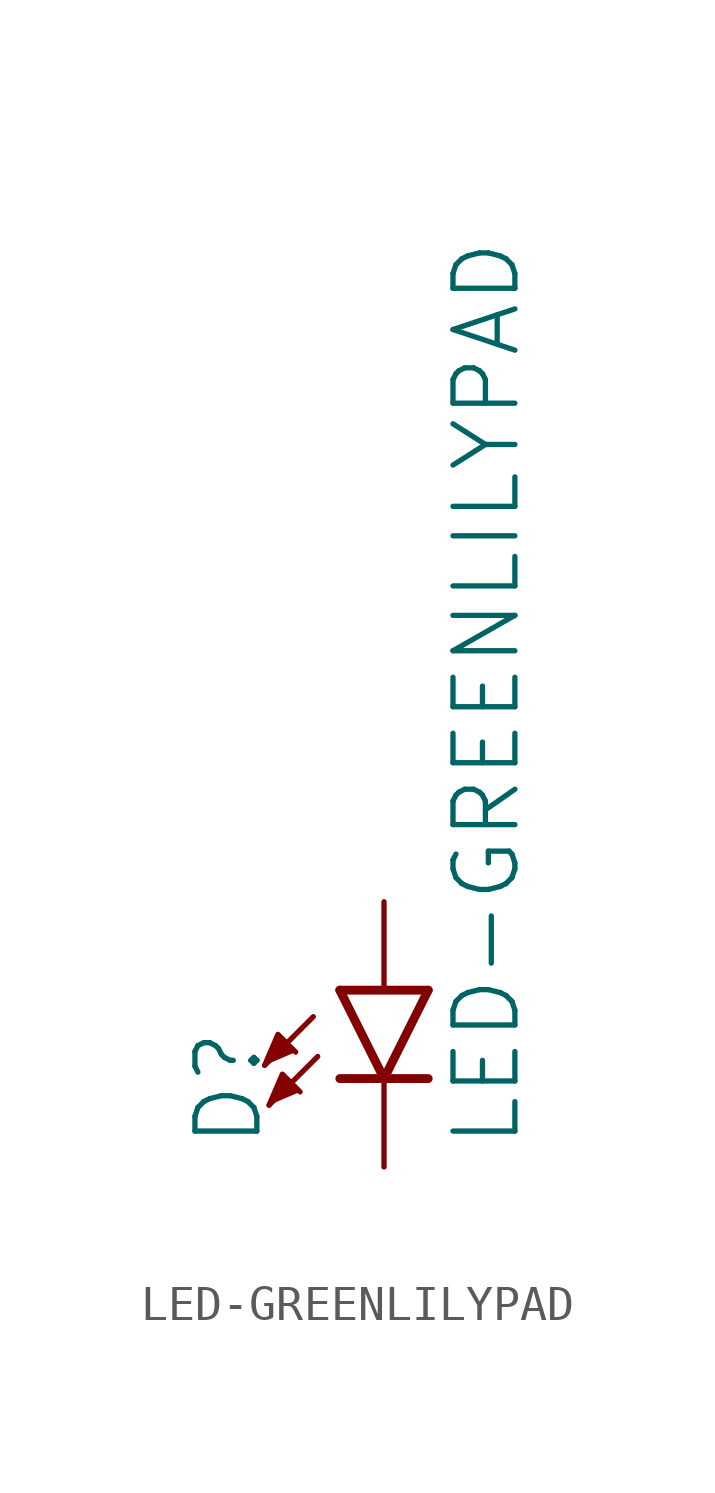
<source format=kicad_sym>
(kicad_symbol_lib
  (version 20220914)
  (generator kicad_symbol_editor)
  (symbol "LED-GREENLILYPAD"
    (property "Reference" "D"
      (at -3.429 -4.572 90)
      (effects (font (size 1.778 1.778)) (justify left bottom)))
    (property "Value" "LED-GREENLILYPAD"
      (at 1.905 -4.572 90)
      (effects (font (size 1.778 1.778)) (justify left top)))
    (property "ki_locked" ""
      (at 0 0 0)
      (effects (font (size 1.27 1.27))))
    (symbol "LED-GREENLILYPAD_1_0"
      (polyline (pts (xy -2.032 -0.762) (xy -3.429 -2.159)) (stroke (width 0.152) (type default)) (fill (type none)))
      (polyline (pts (xy -1.905 -1.905) (xy -3.302 -3.302)) (stroke (width 0.152) (type default)) (fill (type none)))
      (polyline (pts (xy 0 -2.54) (xy -1.27 -2.54)) (stroke (width 0.254) (type default)) (fill (type none)))
      (polyline (pts (xy 0 -2.54) (xy -1.27 0)) (stroke (width 0.254) (type default)) (fill (type none)))
      (polyline (pts (xy 1.27 -2.54) (xy 0 -2.54)) (stroke (width 0.254) (type default)) (fill (type none)))
      (polyline (pts (xy 1.27 0) (xy -1.27 0)) (stroke (width 0.254) (type default)) (fill (type none)))
      (polyline (pts (xy 1.27 0) (xy 0 -2.54)) (stroke (width 0.254) (type default)) (fill (type none)))
      (polyline (pts (xy -3.429 -2.159) (xy -3.048 -1.27) (xy -2.54 -1.778)) (stroke (width 0) (type default)) (fill (type outline)))
      (polyline (pts (xy -3.302 -3.302) (xy -2.921 -2.413) (xy -2.413 -2.921)) (stroke (width 0) (type default)) (fill (type outline)))
      (pin passive line (at 0 2.54 270) (length 2.54) (name "A" (effects (font (size 0 0)))) (number "A" (effects (font (size 0 0)))))
      (pin passive line (at 0 -5.08 90) (length 2.54) (name "C" (effects (font (size 0 0)))) (number "C" (effects (font (size 0 0))))))))
</source>
